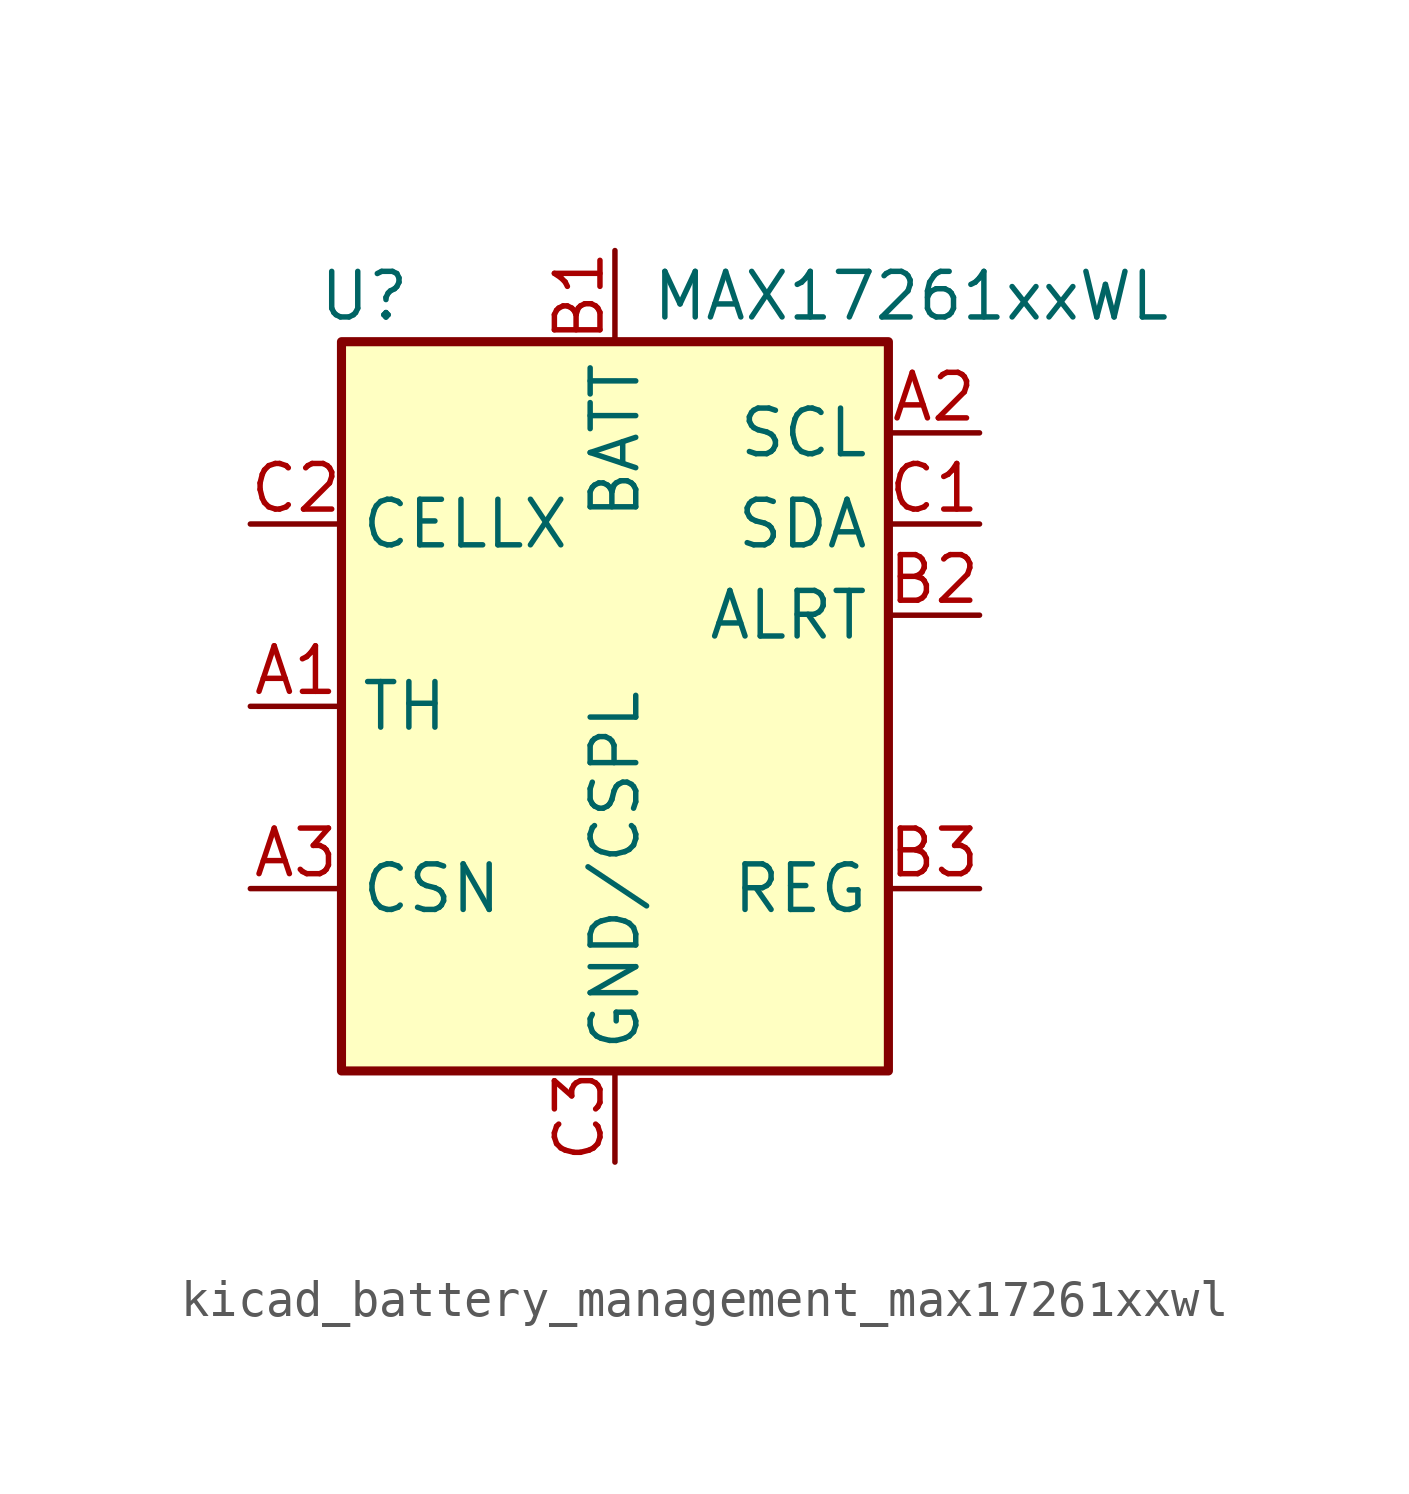
<source format=kicad_sym>
(kicad_symbol_lib
  (version 20220914)
  (generator kicad_symbol_editor)
  (symbol "kicad_battery_management_max17261xxwl"
    (property "Reference" "U"
      (at -6.985 11.43 0)
      (effects (font (size 1.27 1.27))))
    (property "Value" "MAX17261xxWL"
      (at 8.255 11.43 0)
      (effects (font (size 1.27 1.27))))
    (symbol "kicad_battery_management_max17261xxwl_0_1"
      (rectangle (start -7.62 10.16) (end 7.62 -10.16) (stroke (width 0.254) (type default)) (fill (type background))))
    (symbol "kicad_battery_management_max17261xxwl_1_1"
      (pin passive line (at -10.16 0 0) (length 2.54) (name "TH" (effects (font (size 1.27 1.27)))) (number "A1" (effects (font (size 1.27 1.27)))))
      (pin input line (at 10.16 7.62 180) (length 2.54) (name "SCL" (effects (font (size 1.27 1.27)))) (number "A2" (effects (font (size 1.27 1.27)))))
      (pin passive line (at -10.16 -5.08 0) (length 2.54) (name "CSN" (effects (font (size 1.27 1.27)))) (number "A3" (effects (font (size 1.27 1.27)))))
      (pin power_in line (at 0 12.7 270) (length 2.54) (name "BATT" (effects (font (size 1.27 1.27)))) (number "B1" (effects (font (size 1.27 1.27)))))
      (pin open_collector line (at 10.16 2.54 180) (length 2.54) (name "ALRT" (effects (font (size 1.27 1.27)))) (number "B2" (effects (font (size 1.27 1.27)))))
      (pin power_out line (at 10.16 -5.08 180) (length 2.54) (name "REG" (effects (font (size 1.27 1.27)))) (number "B3" (effects (font (size 1.27 1.27)))))
      (pin bidirectional line (at 10.16 5.08 180) (length 2.54) (name "SDA" (effects (font (size 1.27 1.27)))) (number "C1" (effects (font (size 1.27 1.27)))))
      (pin input line (at -10.16 5.08 0) (length 2.54) (name "CELLX" (effects (font (size 1.27 1.27)))) (number "C2" (effects (font (size 1.27 1.27)))))
      (pin power_in line (at 0 -12.7 90) (length 2.54) (name "GND/CSPL" (effects (font (size 1.27 1.27)))) (number "C3" (effects (font (size 1.27 1.27))))))))
</source>
